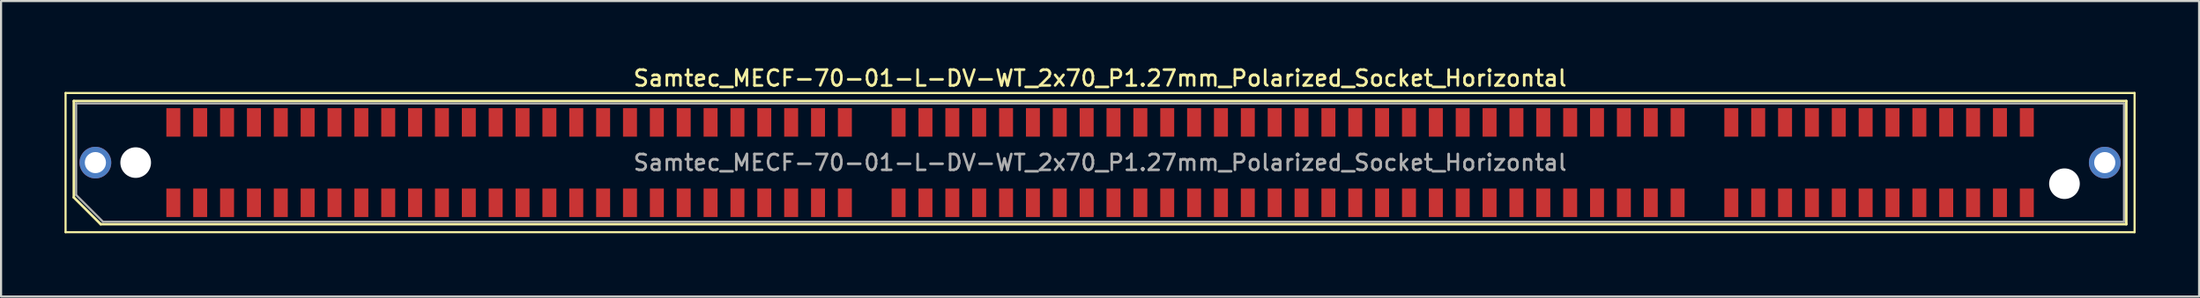
<source format=kicad_pcb>
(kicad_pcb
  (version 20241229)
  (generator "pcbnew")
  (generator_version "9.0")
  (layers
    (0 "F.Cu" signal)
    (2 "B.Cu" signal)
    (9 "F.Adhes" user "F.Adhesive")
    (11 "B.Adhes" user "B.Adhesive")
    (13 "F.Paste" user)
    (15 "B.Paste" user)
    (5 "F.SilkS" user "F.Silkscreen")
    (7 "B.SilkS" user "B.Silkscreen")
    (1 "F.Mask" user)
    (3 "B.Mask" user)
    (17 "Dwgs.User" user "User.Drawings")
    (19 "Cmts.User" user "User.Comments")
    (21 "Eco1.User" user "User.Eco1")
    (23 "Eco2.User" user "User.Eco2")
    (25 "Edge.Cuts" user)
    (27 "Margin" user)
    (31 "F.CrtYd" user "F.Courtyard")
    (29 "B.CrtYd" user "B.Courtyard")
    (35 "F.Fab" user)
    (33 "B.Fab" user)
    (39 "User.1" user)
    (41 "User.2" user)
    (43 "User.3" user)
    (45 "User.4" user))
  (footprint "Samtec_MECF-70-01-L-DV-WT_2x70_P1.27mm_Polarized_Socket_Horizontal"
    (layer "F.Cu")
    (at 48.96 4.658)
    (property "Reference" "Samtec_MECF-70-01-L-DV-WT_2x70_P1.27mm_Polarized_Socket_Horizontal" (at 0 -4 0) (layer "F.SilkS") (effects (font (size 0.75 0.75) (thickness 0.125))))
    (attr smd)
    (fp_line (start -48.91 -3.3) (end -48.91 3.3) (stroke (width 0.1) (type solid)) (layer "F.SilkS"))
    (fp_line (start -48.91 3.3) (end 48.91 3.3) (stroke (width 0.1) (type solid)) (layer "F.SilkS"))
    (fp_line (start -48.52 -2.92) (end 48.52 -2.92) (stroke (width 0.12) (type solid)) (layer "F.SilkS"))
    (fp_line (start -48.52 1.65) (end -48.52 -2.92) (stroke (width 0.12) (type solid)) (layer "F.SilkS"))
    (fp_line (start -47.25 2.92) (end -48.52 1.65) (stroke (width 0.12) (type solid)) (layer "F.SilkS"))
    (fp_line (start -47.25 2.92) (end 48.52 2.92) (stroke (width 0.12) (type solid)) (layer "F.SilkS"))
    (fp_line (start 48.52 2.92) (end 48.52 -2.92) (stroke (width 0.12) (type solid)) (layer "F.SilkS"))
    (fp_line (start 48.91 -3.3) (end -48.91 -3.3) (stroke (width 0.1) (type solid)) (layer "F.SilkS"))
    (fp_line (start 48.91 3.3) (end 48.91 -3.3) (stroke (width 0.1) (type solid)) (layer "F.SilkS"))
    (fp_line (start -48.41 -2.805) (end 48.41 -2.805) (stroke (width 0.1) (type solid)) (layer "F.Fab"))
    (fp_line (start -48.41 1.535) (end -48.41 -2.805) (stroke (width 0.1) (type solid)) (layer "F.Fab"))
    (fp_line (start -48.41 1.535) (end -47.14 2.805) (stroke (width 0.1) (type solid)) (layer "F.Fab"))
    (fp_line (start -47.14 2.805) (end 48.41 2.805) (stroke (width 0.1) (type solid)) (layer "F.Fab"))
    (fp_line (start 48.41 2.805) (end 48.41 -2.805) (stroke (width 0.1) (type solid)) (layer "F.Fab"))
    (fp_text user "${REFERENCE}" (at 0 0 0) (layer "F.Fab") (effects (font (size 0.75 0.75) (thickness 0.125))))
    (pad "" thru_hole circle (at -47.5 0) (size 1.5 1.5) (drill 1) (layers "*.Cu" "*.Mask"))
    (pad "" np_thru_hole circle (at -45.595 0) (size 1.45 1.45) (drill 1.45) (layers "*.Cu" "*.Mask"))
    (pad "" np_thru_hole circle (at 45.595 1) (size 1.45 1.45) (drill 1.45) (layers "*.Cu" "*.Mask"))
    (pad "" thru_hole circle (at 47.5 0) (size 1.5 1.5) (drill 1) (layers "*.Cu" "*.Mask"))
    (pad "1" smd rect (at -43.815 1.905) (size 0.66 1.35) (layers "F.Cu" "F.Mask" "F.Paste"))
    (pad "2" smd rect (at -43.815 -1.905) (size 0.66 1.35) (layers "F.Cu" "F.Mask" "F.Paste"))
    (pad "3" smd rect (at -42.545 1.905) (size 0.66 1.35) (layers "F.Cu" "F.Mask" "F.Paste"))
    (pad "4" smd rect (at -42.545 -1.905) (size 0.66 1.35) (layers "F.Cu" "F.Mask" "F.Paste"))
    (pad "5" smd rect (at -41.275 1.905) (size 0.66 1.35) (layers "F.Cu" "F.Mask" "F.Paste"))
    (pad "6" smd rect (at -41.275 -1.905) (size 0.66 1.35) (layers "F.Cu" "F.Mask" "F.Paste"))
    (pad "7" smd rect (at -40.005 1.905) (size 0.66 1.35) (layers "F.Cu" "F.Mask" "F.Paste"))
    (pad "8" smd rect (at -40.005 -1.905) (size 0.66 1.35) (layers "F.Cu" "F.Mask" "F.Paste"))
    (pad "9" smd rect (at -38.735 1.905) (size 0.66 1.35) (layers "F.Cu" "F.Mask" "F.Paste"))
    (pad "10" smd rect (at -38.735 -1.905) (size 0.66 1.35) (layers "F.Cu" "F.Mask" "F.Paste"))
    (pad "11" smd rect (at -37.465 1.905) (size 0.66 1.35) (layers "F.Cu" "F.Mask" "F.Paste"))
    (pad "12" smd rect (at -37.465 -1.905) (size 0.66 1.35) (layers "F.Cu" "F.Mask" "F.Paste"))
    (pad "13" smd rect (at -36.195 1.905) (size 0.66 1.35) (layers "F.Cu" "F.Mask" "F.Paste"))
    (pad "14" smd rect (at -36.195 -1.905) (size 0.66 1.35) (layers "F.Cu" "F.Mask" "F.Paste"))
    (pad "15" smd rect (at -34.925 1.905) (size 0.66 1.35) (layers "F.Cu" "F.Mask" "F.Paste"))
    (pad "16" smd rect (at -34.925 -1.905) (size 0.66 1.35) (layers "F.Cu" "F.Mask" "F.Paste"))
    (pad "17" smd rect (at -33.655 1.905) (size 0.66 1.35) (layers "F.Cu" "F.Mask" "F.Paste"))
    (pad "18" smd rect (at -33.655 -1.905) (size 0.66 1.35) (layers "F.Cu" "F.Mask" "F.Paste"))
    (pad "19" smd rect (at -32.385 1.905) (size 0.66 1.35) (layers "F.Cu" "F.Mask" "F.Paste"))
    (pad "20" smd rect (at -32.385 -1.905) (size 0.66 1.35) (layers "F.Cu" "F.Mask" "F.Paste"))
    (pad "21" smd rect (at -31.115 1.905) (size 0.66 1.35) (layers "F.Cu" "F.Mask" "F.Paste"))
    (pad "22" smd rect (at -31.115 -1.905) (size 0.66 1.35) (layers "F.Cu" "F.Mask" "F.Paste"))
    (pad "23" smd rect (at -29.845 1.905) (size 0.66 1.35) (layers "F.Cu" "F.Mask" "F.Paste"))
    (pad "24" smd rect (at -29.845 -1.905) (size 0.66 1.35) (layers "F.Cu" "F.Mask" "F.Paste"))
    (pad "25" smd rect (at -28.575 1.905) (size 0.66 1.35) (layers "F.Cu" "F.Mask" "F.Paste"))
    (pad "26" smd rect (at -28.575 -1.905) (size 0.66 1.35) (layers "F.Cu" "F.Mask" "F.Paste"))
    (pad "27" smd rect (at -27.305 1.905) (size 0.66 1.35) (layers "F.Cu" "F.Mask" "F.Paste"))
    (pad "28" smd rect (at -27.305 -1.905) (size 0.66 1.35) (layers "F.Cu" "F.Mask" "F.Paste"))
    (pad "29" smd rect (at -26.035 1.905) (size 0.66 1.35) (layers "F.Cu" "F.Mask" "F.Paste"))
    (pad "30" smd rect (at -26.035 -1.905) (size 0.66 1.35) (layers "F.Cu" "F.Mask" "F.Paste"))
    (pad "31" smd rect (at -24.765 1.905) (size 0.66 1.35) (layers "F.Cu" "F.Mask" "F.Paste"))
    (pad "32" smd rect (at -24.765 -1.905) (size 0.66 1.35) (layers "F.Cu" "F.Mask" "F.Paste"))
    (pad "33" smd rect (at -23.495 1.905) (size 0.66 1.35) (layers "F.Cu" "F.Mask" "F.Paste"))
    (pad "34" smd rect (at -23.495 -1.905) (size 0.66 1.35) (layers "F.Cu" "F.Mask" "F.Paste"))
    (pad "35" smd rect (at -22.225 1.905) (size 0.66 1.35) (layers "F.Cu" "F.Mask" "F.Paste"))
    (pad "36" smd rect (at -22.225 -1.905) (size 0.66 1.35) (layers "F.Cu" "F.Mask" "F.Paste"))
    (pad "37" smd rect (at -20.955 1.905) (size 0.66 1.35) (layers "F.Cu" "F.Mask" "F.Paste"))
    (pad "38" smd rect (at -20.955 -1.905) (size 0.66 1.35) (layers "F.Cu" "F.Mask" "F.Paste"))
    (pad "39" smd rect (at -19.685 1.905) (size 0.66 1.35) (layers "F.Cu" "F.Mask" "F.Paste"))
    (pad "40" smd rect (at -19.685 -1.905) (size 0.66 1.35) (layers "F.Cu" "F.Mask" "F.Paste"))
    (pad "41" smd rect (at -18.415 1.905) (size 0.66 1.35) (layers "F.Cu" "F.Mask" "F.Paste"))
    (pad "42" smd rect (at -18.415 -1.905) (size 0.66 1.35) (layers "F.Cu" "F.Mask" "F.Paste"))
    (pad "43" smd rect (at -17.145 1.905) (size 0.66 1.35) (layers "F.Cu" "F.Mask" "F.Paste"))
    (pad "44" smd rect (at -17.145 -1.905) (size 0.66 1.35) (layers "F.Cu" "F.Mask" "F.Paste"))
    (pad "45" smd rect (at -15.875 1.905) (size 0.66 1.35) (layers "F.Cu" "F.Mask" "F.Paste"))
    (pad "46" smd rect (at -15.875 -1.905) (size 0.66 1.35) (layers "F.Cu" "F.Mask" "F.Paste"))
    (pad "47" smd rect (at -14.605 1.905) (size 0.66 1.35) (layers "F.Cu" "F.Mask" "F.Paste"))
    (pad "48" smd rect (at -14.605 -1.905) (size 0.66 1.35) (layers "F.Cu" "F.Mask" "F.Paste"))
    (pad "49" smd rect (at -13.335 1.905) (size 0.66 1.35) (layers "F.Cu" "F.Mask" "F.Paste"))
    (pad "50" smd rect (at -13.335 -1.905) (size 0.66 1.35) (layers "F.Cu" "F.Mask" "F.Paste"))
    (pad "51" smd rect (at -12.065 1.905) (size 0.66 1.35) (layers "F.Cu" "F.Mask" "F.Paste"))
    (pad "52" smd rect (at -12.065 -1.905) (size 0.66 1.35) (layers "F.Cu" "F.Mask" "F.Paste"))
    (pad "55" smd rect (at -9.525 1.905) (size 0.66 1.35) (layers "F.Cu" "F.Mask" "F.Paste"))
    (pad "56" smd rect (at -9.525 -1.905) (size 0.66 1.35) (layers "F.Cu" "F.Mask" "F.Paste"))
    (pad "57" smd rect (at -8.255 1.905) (size 0.66 1.35) (layers "F.Cu" "F.Mask" "F.Paste"))
    (pad "58" smd rect (at -8.255 -1.905) (size 0.66 1.35) (layers "F.Cu" "F.Mask" "F.Paste"))
    (pad "59" smd rect (at -6.985 1.905) (size 0.66 1.35) (layers "F.Cu" "F.Mask" "F.Paste"))
    (pad "60" smd rect (at -6.985 -1.905) (size 0.66 1.35) (layers "F.Cu" "F.Mask" "F.Paste"))
    (pad "61" smd rect (at -5.715 1.905) (size 0.66 1.35) (layers "F.Cu" "F.Mask" "F.Paste"))
    (pad "62" smd rect (at -5.715 -1.905) (size 0.66 1.35) (layers "F.Cu" "F.Mask" "F.Paste"))
    (pad "63" smd rect (at -4.445 1.905) (size 0.66 1.35) (layers "F.Cu" "F.Mask" "F.Paste"))
    (pad "64" smd rect (at -4.445 -1.905) (size 0.66 1.35) (layers "F.Cu" "F.Mask" "F.Paste"))
    (pad "65" smd rect (at -3.175 1.905) (size 0.66 1.35) (layers "F.Cu" "F.Mask" "F.Paste"))
    (pad "66" smd rect (at -3.175 -1.905) (size 0.66 1.35) (layers "F.Cu" "F.Mask" "F.Paste"))
    (pad "67" smd rect (at -1.905 1.905) (size 0.66 1.35) (layers "F.Cu" "F.Mask" "F.Paste"))
    (pad "68" smd rect (at -1.905 -1.905) (size 0.66 1.35) (layers "F.Cu" "F.Mask" "F.Paste"))
    (pad "69" smd rect (at -0.635 1.905) (size 0.66 1.35) (layers "F.Cu" "F.Mask" "F.Paste"))
    (pad "70" smd rect (at -0.635 -1.905) (size 0.66 1.35) (layers "F.Cu" "F.Mask" "F.Paste"))
    (pad "71" smd rect (at 0.635 1.905) (size 0.66 1.35) (layers "F.Cu" "F.Mask" "F.Paste"))
    (pad "72" smd rect (at 0.635 -1.905) (size 0.66 1.35) (layers "F.Cu" "F.Mask" "F.Paste"))
    (pad "73" smd rect (at 1.905 1.905) (size 0.66 1.35) (layers "F.Cu" "F.Mask" "F.Paste"))
    (pad "74" smd rect (at 1.905 -1.905) (size 0.66 1.35) (layers "F.Cu" "F.Mask" "F.Paste"))
    (pad "75" smd rect (at 3.175 1.905) (size 0.66 1.35) (layers "F.Cu" "F.Mask" "F.Paste"))
    (pad "76" smd rect (at 3.175 -1.905) (size 0.66 1.35) (layers "F.Cu" "F.Mask" "F.Paste"))
    (pad "77" smd rect (at 4.445 1.905) (size 0.66 1.35) (layers "F.Cu" "F.Mask" "F.Paste"))
    (pad "78" smd rect (at 4.445 -1.905) (size 0.66 1.35) (layers "F.Cu" "F.Mask" "F.Paste"))
    (pad "79" smd rect (at 5.715 1.905) (size 0.66 1.35) (layers "F.Cu" "F.Mask" "F.Paste"))
    (pad "80" smd rect (at 5.715 -1.905) (size 0.66 1.35) (layers "F.Cu" "F.Mask" "F.Paste"))
    (pad "81" smd rect (at 6.985 1.905) (size 0.66 1.35) (layers "F.Cu" "F.Mask" "F.Paste"))
    (pad "82" smd rect (at 6.985 -1.905) (size 0.66 1.35) (layers "F.Cu" "F.Mask" "F.Paste"))
    (pad "83" smd rect (at 8.255 1.905) (size 0.66 1.35) (layers "F.Cu" "F.Mask" "F.Paste"))
    (pad "84" smd rect (at 8.255 -1.905) (size 0.66 1.35) (layers "F.Cu" "F.Mask" "F.Paste"))
    (pad "85" smd rect (at 9.525 1.905) (size 0.66 1.35) (layers "F.Cu" "F.Mask" "F.Paste"))
    (pad "86" smd rect (at 9.525 -1.905) (size 0.66 1.35) (layers "F.Cu" "F.Mask" "F.Paste"))
    (pad "87" smd rect (at 10.795 1.905) (size 0.66 1.35) (layers "F.Cu" "F.Mask" "F.Paste"))
    (pad "88" smd rect (at 10.795 -1.905) (size 0.66 1.35) (layers "F.Cu" "F.Mask" "F.Paste"))
    (pad "89" smd rect (at 12.065 1.905) (size 0.66 1.35) (layers "F.Cu" "F.Mask" "F.Paste"))
    (pad "90" smd rect (at 12.065 -1.905) (size 0.66 1.35) (layers "F.Cu" "F.Mask" "F.Paste"))
    (pad "91" smd rect (at 13.335 1.905) (size 0.66 1.35) (layers "F.Cu" "F.Mask" "F.Paste"))
    (pad "92" smd rect (at 13.335 -1.905) (size 0.66 1.35) (layers "F.Cu" "F.Mask" "F.Paste"))
    (pad "93" smd rect (at 14.605 1.905) (size 0.66 1.35) (layers "F.Cu" "F.Mask" "F.Paste"))
    (pad "94" smd rect (at 14.605 -1.905) (size 0.66 1.35) (layers "F.Cu" "F.Mask" "F.Paste"))
    (pad "95" smd rect (at 15.875 1.905) (size 0.66 1.35) (layers "F.Cu" "F.Mask" "F.Paste"))
    (pad "96" smd rect (at 15.875 -1.905) (size 0.66 1.35) (layers "F.Cu" "F.Mask" "F.Paste"))
    (pad "97" smd rect (at 17.145 1.905) (size 0.66 1.35) (layers "F.Cu" "F.Mask" "F.Paste"))
    (pad "98" smd rect (at 17.145 -1.905) (size 0.66 1.35) (layers "F.Cu" "F.Mask" "F.Paste"))
    (pad "99" smd rect (at 18.415 1.905) (size 0.66 1.35) (layers "F.Cu" "F.Mask" "F.Paste"))
    (pad "100" smd rect (at 18.415 -1.905) (size 0.66 1.35) (layers "F.Cu" "F.Mask" "F.Paste"))
    (pad "101" smd rect (at 19.685 1.905) (size 0.66 1.35) (layers "F.Cu" "F.Mask" "F.Paste"))
    (pad "102" smd rect (at 19.685 -1.905) (size 0.66 1.35) (layers "F.Cu" "F.Mask" "F.Paste"))
    (pad "103" smd rect (at 20.955 1.905) (size 0.66 1.35) (layers "F.Cu" "F.Mask" "F.Paste"))
    (pad "104" smd rect (at 20.955 -1.905) (size 0.66 1.35) (layers "F.Cu" "F.Mask" "F.Paste"))
    (pad "105" smd rect (at 22.225 1.905) (size 0.66 1.35) (layers "F.Cu" "F.Mask" "F.Paste"))
    (pad "106" smd rect (at 22.225 -1.905) (size 0.66 1.35) (layers "F.Cu" "F.Mask" "F.Paste"))
    (pad "107" smd rect (at 23.495 1.905) (size 0.66 1.35) (layers "F.Cu" "F.Mask" "F.Paste"))
    (pad "108" smd rect (at 23.495 -1.905) (size 0.66 1.35) (layers "F.Cu" "F.Mask" "F.Paste"))
    (pad "109" smd rect (at 24.765 1.905) (size 0.66 1.35) (layers "F.Cu" "F.Mask" "F.Paste"))
    (pad "110" smd rect (at 24.765 -1.905) (size 0.66 1.35) (layers "F.Cu" "F.Mask" "F.Paste"))
    (pad "111" smd rect (at 26.035 1.905) (size 0.66 1.35) (layers "F.Cu" "F.Mask" "F.Paste"))
    (pad "112" smd rect (at 26.035 -1.905) (size 0.66 1.35) (layers "F.Cu" "F.Mask" "F.Paste"))
    (pad "113" smd rect (at 27.305 1.905) (size 0.66 1.35) (layers "F.Cu" "F.Mask" "F.Paste"))
    (pad "114" smd rect (at 27.305 -1.905) (size 0.66 1.35) (layers "F.Cu" "F.Mask" "F.Paste"))
    (pad "117" smd rect (at 29.845 1.905) (size 0.66 1.35) (layers "F.Cu" "F.Mask" "F.Paste"))
    (pad "118" smd rect (at 29.845 -1.905) (size 0.66 1.35) (layers "F.Cu" "F.Mask" "F.Paste"))
    (pad "119" smd rect (at 31.115 1.905) (size 0.66 1.35) (layers "F.Cu" "F.Mask" "F.Paste"))
    (pad "120" smd rect (at 31.115 -1.905) (size 0.66 1.35) (layers "F.Cu" "F.Mask" "F.Paste"))
    (pad "121" smd rect (at 32.385 1.905) (size 0.66 1.35) (layers "F.Cu" "F.Mask" "F.Paste"))
    (pad "122" smd rect (at 32.385 -1.905) (size 0.66 1.35) (layers "F.Cu" "F.Mask" "F.Paste"))
    (pad "123" smd rect (at 33.655 1.905) (size 0.66 1.35) (layers "F.Cu" "F.Mask" "F.Paste"))
    (pad "124" smd rect (at 33.655 -1.905) (size 0.66 1.35) (layers "F.Cu" "F.Mask" "F.Paste"))
    (pad "125" smd rect (at 34.925 1.905) (size 0.66 1.35) (layers "F.Cu" "F.Mask" "F.Paste"))
    (pad "126" smd rect (at 34.925 -1.905) (size 0.66 1.35) (layers "F.Cu" "F.Mask" "F.Paste"))
    (pad "127" smd rect (at 36.195 1.905) (size 0.66 1.35) (layers "F.Cu" "F.Mask" "F.Paste"))
    (pad "128" smd rect (at 36.195 -1.905) (size 0.66 1.35) (layers "F.Cu" "F.Mask" "F.Paste"))
    (pad "129" smd rect (at 37.465 1.905) (size 0.66 1.35) (layers "F.Cu" "F.Mask" "F.Paste"))
    (pad "130" smd rect (at 37.465 -1.905) (size 0.66 1.35) (layers "F.Cu" "F.Mask" "F.Paste"))
    (pad "131" smd rect (at 38.735 1.905) (size 0.66 1.35) (layers "F.Cu" "F.Mask" "F.Paste"))
    (pad "132" smd rect (at 38.735 -1.905) (size 0.66 1.35) (layers "F.Cu" "F.Mask" "F.Paste"))
    (pad "133" smd rect (at 40.005 1.905) (size 0.66 1.35) (layers "F.Cu" "F.Mask" "F.Paste"))
    (pad "134" smd rect (at 40.005 -1.905) (size 0.66 1.35) (layers "F.Cu" "F.Mask" "F.Paste"))
    (pad "135" smd rect (at 41.275 1.905) (size 0.66 1.35) (layers "F.Cu" "F.Mask" "F.Paste"))
    (pad "136" smd rect (at 41.275 -1.905) (size 0.66 1.35) (layers "F.Cu" "F.Mask" "F.Paste"))
    (pad "137" smd rect (at 42.545 1.905) (size 0.66 1.35) (layers "F.Cu" "F.Mask" "F.Paste"))
    (pad "138" smd rect (at 42.545 -1.905) (size 0.66 1.35) (layers "F.Cu" "F.Mask" "F.Paste"))
    (pad "139" smd rect (at 43.815 1.905) (size 0.66 1.35) (layers "F.Cu" "F.Mask" "F.Paste"))
    (pad "140" smd rect (at 43.815 -1.905) (size 0.66 1.35) (layers "F.Cu" "F.Mask" "F.Paste")))
  (gr_rect
    (start -3 -3)
    (end 100.92 11.008)
    (stroke (width 0.1) (type default))
    (fill no)
    (layer "Edge.Cuts")))
</source>
